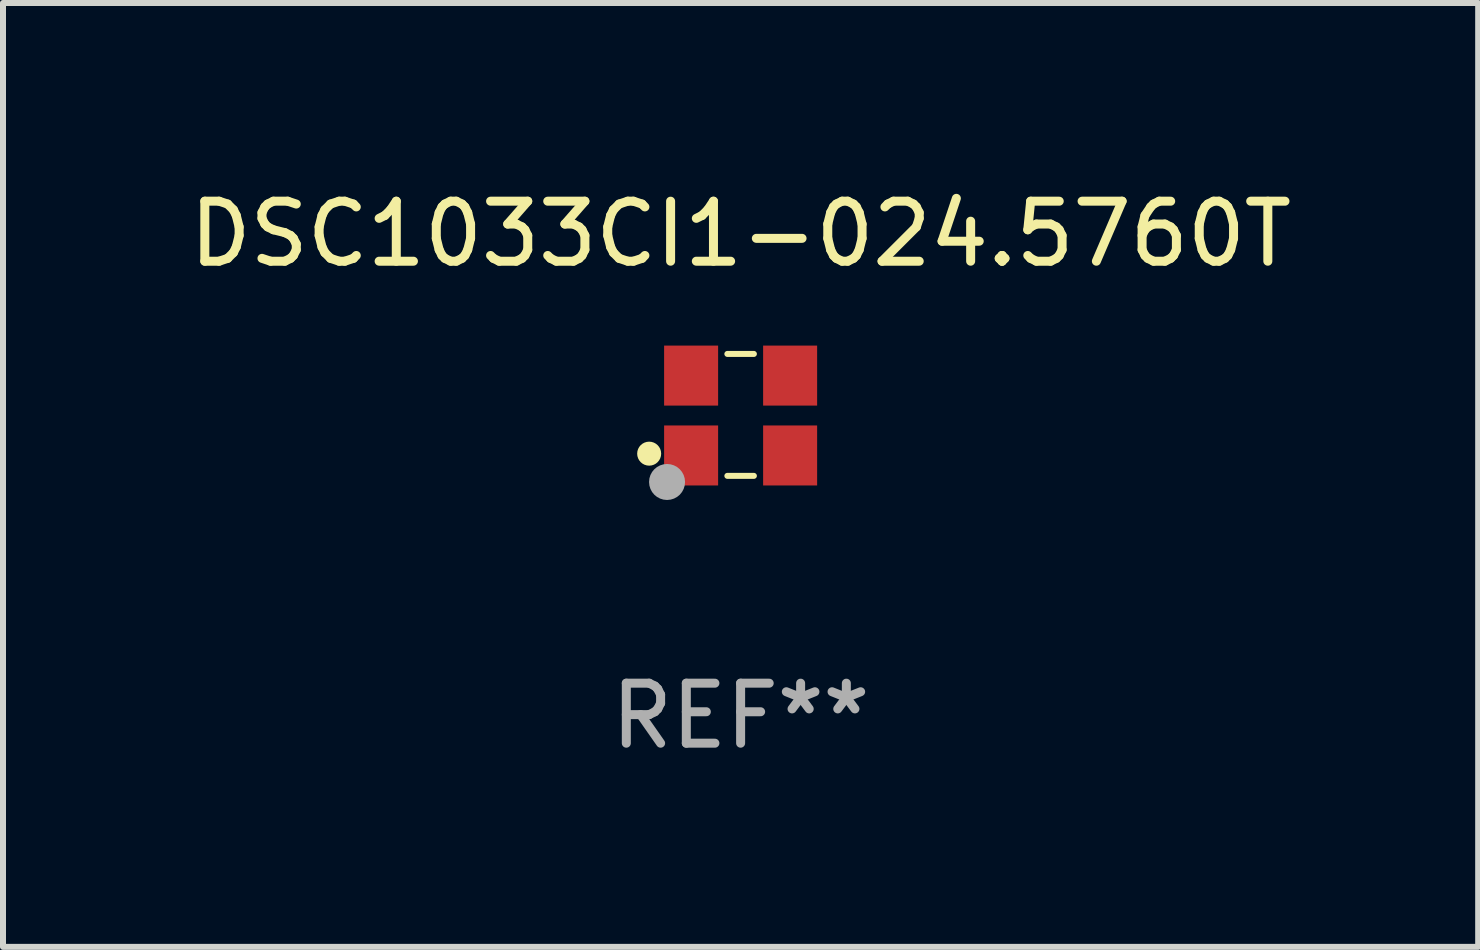
<source format=kicad_pcb>
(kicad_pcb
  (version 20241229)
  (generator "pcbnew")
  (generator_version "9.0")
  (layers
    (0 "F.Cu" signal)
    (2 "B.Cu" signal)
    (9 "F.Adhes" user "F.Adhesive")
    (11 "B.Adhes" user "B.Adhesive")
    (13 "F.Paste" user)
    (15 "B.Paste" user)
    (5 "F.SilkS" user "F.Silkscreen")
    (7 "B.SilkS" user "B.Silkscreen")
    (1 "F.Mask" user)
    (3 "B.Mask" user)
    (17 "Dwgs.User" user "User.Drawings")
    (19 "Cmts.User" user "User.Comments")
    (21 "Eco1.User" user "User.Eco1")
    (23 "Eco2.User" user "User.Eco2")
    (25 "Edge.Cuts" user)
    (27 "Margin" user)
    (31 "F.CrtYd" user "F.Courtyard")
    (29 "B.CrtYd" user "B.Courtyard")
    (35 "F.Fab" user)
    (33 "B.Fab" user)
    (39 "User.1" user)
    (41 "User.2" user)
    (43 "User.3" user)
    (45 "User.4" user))
  (footprint "DSC1033CI1-024.5760T"
    (layer "F.Cu")
    (at 9.292 3.864)
    (property "Reference" "DSC1033CI1-024.5760T" (at 0 -3.016 0) (layer "F.SilkS") (effects (font (size 1 1) (thickness 0.15))))
    (attr through_hole)
    (fp_line (start -0.221 -1.016) (end 0.221 -1.016) (stroke (width 0.1) (type solid)) (layer "F.SilkS"))
    (fp_line (start -0.221 1.016) (end 0.221 1.016) (stroke (width 0.1) (type solid)) (layer "F.SilkS"))
    (fp_circle (center -1.524 0.646) (end -1.424 0.646) (stroke (width 0.2) (type solid)) (fill no) (layer "F.SilkS"))
    (fp_circle (center -1.25 1) (end -1.22 1) (stroke (width 0.06) (type solid)) (fill no) (layer "F.SilkS"))
    (fp_circle (center -1.226 1.118) (end -1.076 1.118) (stroke (width 0.3) (type solid)) (fill no) (layer "F.Fab"))
    (fp_text user "REF**" (at 0 5.016 0) (layer "F.Fab") (effects (font (size 1 1) (thickness 0.15))))
    (pad "1" smd rect (at -0.825 0.676) (size 0.9 1) (layers "F.Cu" "F.Mask" "F.Paste"))
    (pad "2" smd rect (at 0.825 0.676) (size 0.9 1) (layers "F.Cu" "F.Mask" "F.Paste"))
    (pad "3" smd rect (at 0.825 -0.655) (size 0.9 1) (layers "F.Cu" "F.Mask" "F.Paste"))
    (pad "4" smd rect (at -0.825 -0.655) (size 0.9 1) (layers "F.Cu" "F.Mask" "F.Paste")))
  (gr_rect
    (start -3 -3)
    (end 21.583 12.729)
    (stroke (width 0.1) (type default))
    (fill no)
    (layer "Edge.Cuts")))
</source>
